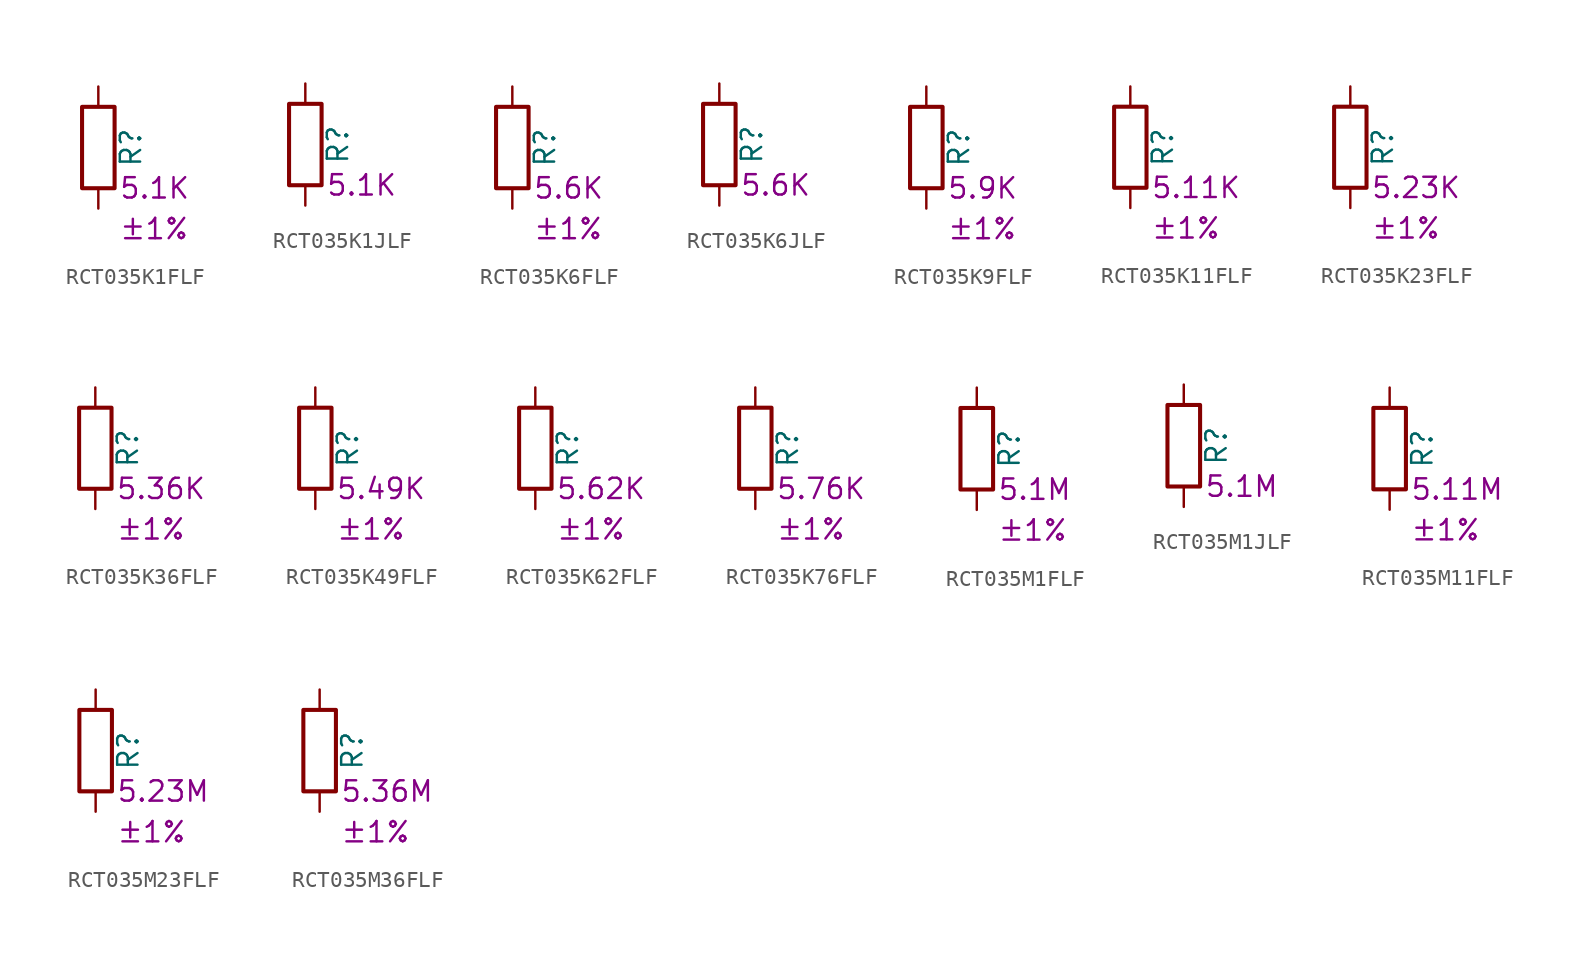
<source format=kicad_sym>
(kicad_symbol_lib
  (version 20220914)
  (generator kicad_symbol_editor)
  (symbol "RCT035K1FLF"
    (pin_numbers hide)
    (pin_names
      (offset 0))
    (property "Reference" "R"
      (at 2.032 0 90)
      (effects (font (size 1.27 1.27))))
    (property "Resistance" "5.1K"
      (at 1.27 -2.54 0)
      (effects (font (size 1.27 1.27)) (justify left)))
    (property "Tolerance" "±1%"
      (at 1.27 -5.08 0)
      (effects (font (size 1.27 1.27)) (justify left)))
    (symbol "RCT035K1FLF_0_1"
      (rectangle (start -1.016 -2.54) (end 1.016 2.54) (stroke (width 0.254) (type default)) (fill (type none))))
    (symbol "RCT035K1FLF_1_1"
      (pin passive line (at 0 3.81 270) (length 1.27) (name "~" (effects (font (size 1.27 1.27)))) (number "1" (effects (font (size 1.27 1.27)))))
      (pin passive line (at 0 -3.81 90) (length 1.27) (name "~" (effects (font (size 1.27 1.27)))) (number "2" (effects (font (size 1.27 1.27)))))))
  (symbol "RCT035K1JLF"
    (pin_numbers hide)
    (pin_names
      (offset 0))
    (property "Reference" "R"
      (at 2.032 0 90)
      (effects (font (size 1.27 1.27))))
    (property "Resistance" "5.1K"
      (at 1.27 -2.54 0)
      (effects (font (size 1.27 1.27)) (justify left)))
    (symbol "RCT035K1JLF_0_1"
      (rectangle (start -1.016 -2.54) (end 1.016 2.54) (stroke (width 0.254) (type default)) (fill (type none))))
    (symbol "RCT035K1JLF_1_1"
      (pin passive line (at 0 3.81 270) (length 1.27) (name "~" (effects (font (size 1.27 1.27)))) (number "1" (effects (font (size 1.27 1.27)))))
      (pin passive line (at 0 -3.81 90) (length 1.27) (name "~" (effects (font (size 1.27 1.27)))) (number "2" (effects (font (size 1.27 1.27)))))))
  (symbol "RCT035K6FLF"
    (pin_numbers hide)
    (pin_names
      (offset 0))
    (property "Reference" "R"
      (at 2.032 0 90)
      (effects (font (size 1.27 1.27))))
    (property "Resistance" "5.6K"
      (at 1.27 -2.54 0)
      (effects (font (size 1.27 1.27)) (justify left)))
    (property "Tolerance" "±1%"
      (at 1.27 -5.08 0)
      (effects (font (size 1.27 1.27)) (justify left)))
    (symbol "RCT035K6FLF_0_1"
      (rectangle (start -1.016 -2.54) (end 1.016 2.54) (stroke (width 0.254) (type default)) (fill (type none))))
    (symbol "RCT035K6FLF_1_1"
      (pin passive line (at 0 3.81 270) (length 1.27) (name "~" (effects (font (size 1.27 1.27)))) (number "1" (effects (font (size 1.27 1.27)))))
      (pin passive line (at 0 -3.81 90) (length 1.27) (name "~" (effects (font (size 1.27 1.27)))) (number "2" (effects (font (size 1.27 1.27)))))))
  (symbol "RCT035K6JLF"
    (pin_numbers hide)
    (pin_names
      (offset 0))
    (property "Reference" "R"
      (at 2.032 0 90)
      (effects (font (size 1.27 1.27))))
    (property "Resistance" "5.6K"
      (at 1.27 -2.54 0)
      (effects (font (size 1.27 1.27)) (justify left)))
    (symbol "RCT035K6JLF_0_1"
      (rectangle (start -1.016 -2.54) (end 1.016 2.54) (stroke (width 0.254) (type default)) (fill (type none))))
    (symbol "RCT035K6JLF_1_1"
      (pin passive line (at 0 3.81 270) (length 1.27) (name "~" (effects (font (size 1.27 1.27)))) (number "1" (effects (font (size 1.27 1.27)))))
      (pin passive line (at 0 -3.81 90) (length 1.27) (name "~" (effects (font (size 1.27 1.27)))) (number "2" (effects (font (size 1.27 1.27)))))))
  (symbol "RCT035K9FLF"
    (pin_numbers hide)
    (pin_names
      (offset 0))
    (property "Reference" "R"
      (at 2.032 0 90)
      (effects (font (size 1.27 1.27))))
    (property "Resistance" "5.9K"
      (at 1.27 -2.54 0)
      (effects (font (size 1.27 1.27)) (justify left)))
    (property "Tolerance" "±1%"
      (at 1.27 -5.08 0)
      (effects (font (size 1.27 1.27)) (justify left)))
    (symbol "RCT035K9FLF_0_1"
      (rectangle (start -1.016 -2.54) (end 1.016 2.54) (stroke (width 0.254) (type default)) (fill (type none))))
    (symbol "RCT035K9FLF_1_1"
      (pin passive line (at 0 3.81 270) (length 1.27) (name "~" (effects (font (size 1.27 1.27)))) (number "1" (effects (font (size 1.27 1.27)))))
      (pin passive line (at 0 -3.81 90) (length 1.27) (name "~" (effects (font (size 1.27 1.27)))) (number "2" (effects (font (size 1.27 1.27)))))))
  (symbol "RCT035K11FLF"
    (pin_numbers hide)
    (pin_names
      (offset 0))
    (property "Reference" "R"
      (at 2.032 0 90)
      (effects (font (size 1.27 1.27))))
    (property "Resistance" "5.11K"
      (at 1.27 -2.54 0)
      (effects (font (size 1.27 1.27)) (justify left)))
    (property "Tolerance" "±1%"
      (at 1.27 -5.08 0)
      (effects (font (size 1.27 1.27)) (justify left)))
    (symbol "RCT035K11FLF_0_1"
      (rectangle (start -1.016 -2.54) (end 1.016 2.54) (stroke (width 0.254) (type default)) (fill (type none))))
    (symbol "RCT035K11FLF_1_1"
      (pin passive line (at 0 3.81 270) (length 1.27) (name "~" (effects (font (size 1.27 1.27)))) (number "1" (effects (font (size 1.27 1.27)))))
      (pin passive line (at 0 -3.81 90) (length 1.27) (name "~" (effects (font (size 1.27 1.27)))) (number "2" (effects (font (size 1.27 1.27)))))))
  (symbol "RCT035K23FLF"
    (pin_numbers hide)
    (pin_names
      (offset 0))
    (property "Reference" "R"
      (at 2.032 0 90)
      (effects (font (size 1.27 1.27))))
    (property "Resistance" "5.23K"
      (at 1.27 -2.54 0)
      (effects (font (size 1.27 1.27)) (justify left)))
    (property "Tolerance" "±1%"
      (at 1.27 -5.08 0)
      (effects (font (size 1.27 1.27)) (justify left)))
    (symbol "RCT035K23FLF_0_1"
      (rectangle (start -1.016 -2.54) (end 1.016 2.54) (stroke (width 0.254) (type default)) (fill (type none))))
    (symbol "RCT035K23FLF_1_1"
      (pin passive line (at 0 3.81 270) (length 1.27) (name "~" (effects (font (size 1.27 1.27)))) (number "1" (effects (font (size 1.27 1.27)))))
      (pin passive line (at 0 -3.81 90) (length 1.27) (name "~" (effects (font (size 1.27 1.27)))) (number "2" (effects (font (size 1.27 1.27)))))))
  (symbol "RCT035K36FLF"
    (pin_numbers hide)
    (pin_names
      (offset 0))
    (property "Reference" "R"
      (at 2.032 0 90)
      (effects (font (size 1.27 1.27))))
    (property "Resistance" "5.36K"
      (at 1.27 -2.54 0)
      (effects (font (size 1.27 1.27)) (justify left)))
    (property "Tolerance" "±1%"
      (at 1.27 -5.08 0)
      (effects (font (size 1.27 1.27)) (justify left)))
    (symbol "RCT035K36FLF_0_1"
      (rectangle (start -1.016 -2.54) (end 1.016 2.54) (stroke (width 0.254) (type default)) (fill (type none))))
    (symbol "RCT035K36FLF_1_1"
      (pin passive line (at 0 3.81 270) (length 1.27) (name "~" (effects (font (size 1.27 1.27)))) (number "1" (effects (font (size 1.27 1.27)))))
      (pin passive line (at 0 -3.81 90) (length 1.27) (name "~" (effects (font (size 1.27 1.27)))) (number "2" (effects (font (size 1.27 1.27)))))))
  (symbol "RCT035K49FLF"
    (pin_numbers hide)
    (pin_names
      (offset 0))
    (property "Reference" "R"
      (at 2.032 0 90)
      (effects (font (size 1.27 1.27))))
    (property "Resistance" "5.49K"
      (at 1.27 -2.54 0)
      (effects (font (size 1.27 1.27)) (justify left)))
    (property "Tolerance" "±1%"
      (at 1.27 -5.08 0)
      (effects (font (size 1.27 1.27)) (justify left)))
    (symbol "RCT035K49FLF_0_1"
      (rectangle (start -1.016 -2.54) (end 1.016 2.54) (stroke (width 0.254) (type default)) (fill (type none))))
    (symbol "RCT035K49FLF_1_1"
      (pin passive line (at 0 3.81 270) (length 1.27) (name "~" (effects (font (size 1.27 1.27)))) (number "1" (effects (font (size 1.27 1.27)))))
      (pin passive line (at 0 -3.81 90) (length 1.27) (name "~" (effects (font (size 1.27 1.27)))) (number "2" (effects (font (size 1.27 1.27)))))))
  (symbol "RCT035K62FLF"
    (pin_numbers hide)
    (pin_names
      (offset 0))
    (property "Reference" "R"
      (at 2.032 0 90)
      (effects (font (size 1.27 1.27))))
    (property "Resistance" "5.62K"
      (at 1.27 -2.54 0)
      (effects (font (size 1.27 1.27)) (justify left)))
    (property "Tolerance" "±1%"
      (at 1.27 -5.08 0)
      (effects (font (size 1.27 1.27)) (justify left)))
    (symbol "RCT035K62FLF_0_1"
      (rectangle (start -1.016 -2.54) (end 1.016 2.54) (stroke (width 0.254) (type default)) (fill (type none))))
    (symbol "RCT035K62FLF_1_1"
      (pin passive line (at 0 3.81 270) (length 1.27) (name "~" (effects (font (size 1.27 1.27)))) (number "1" (effects (font (size 1.27 1.27)))))
      (pin passive line (at 0 -3.81 90) (length 1.27) (name "~" (effects (font (size 1.27 1.27)))) (number "2" (effects (font (size 1.27 1.27)))))))
  (symbol "RCT035K76FLF"
    (pin_numbers hide)
    (pin_names
      (offset 0))
    (property "Reference" "R"
      (at 2.032 0 90)
      (effects (font (size 1.27 1.27))))
    (property "Resistance" "5.76K"
      (at 1.27 -2.54 0)
      (effects (font (size 1.27 1.27)) (justify left)))
    (property "Tolerance" "±1%"
      (at 1.27 -5.08 0)
      (effects (font (size 1.27 1.27)) (justify left)))
    (symbol "RCT035K76FLF_0_1"
      (rectangle (start -1.016 -2.54) (end 1.016 2.54) (stroke (width 0.254) (type default)) (fill (type none))))
    (symbol "RCT035K76FLF_1_1"
      (pin passive line (at 0 3.81 270) (length 1.27) (name "~" (effects (font (size 1.27 1.27)))) (number "1" (effects (font (size 1.27 1.27)))))
      (pin passive line (at 0 -3.81 90) (length 1.27) (name "~" (effects (font (size 1.27 1.27)))) (number "2" (effects (font (size 1.27 1.27)))))))
  (symbol "RCT035M1FLF"
    (pin_numbers hide)
    (pin_names
      (offset 0))
    (property "Reference" "R"
      (at 2.032 0 90)
      (effects (font (size 1.27 1.27))))
    (property "Resistance" "5.1M"
      (at 1.27 -2.54 0)
      (effects (font (size 1.27 1.27)) (justify left)))
    (property "Tolerance" "±1%"
      (at 1.27 -5.08 0)
      (effects (font (size 1.27 1.27)) (justify left)))
    (symbol "RCT035M1FLF_0_1"
      (rectangle (start -1.016 -2.54) (end 1.016 2.54) (stroke (width 0.254) (type default)) (fill (type none))))
    (symbol "RCT035M1FLF_1_1"
      (pin passive line (at 0 3.81 270) (length 1.27) (name "~" (effects (font (size 1.27 1.27)))) (number "1" (effects (font (size 1.27 1.27)))))
      (pin passive line (at 0 -3.81 90) (length 1.27) (name "~" (effects (font (size 1.27 1.27)))) (number "2" (effects (font (size 1.27 1.27)))))))
  (symbol "RCT035M1JLF"
    (pin_numbers hide)
    (pin_names
      (offset 0))
    (property "Reference" "R"
      (at 2.032 0 90)
      (effects (font (size 1.27 1.27))))
    (property "Resistance" "5.1M"
      (at 1.27 -2.54 0)
      (effects (font (size 1.27 1.27)) (justify left)))
    (symbol "RCT035M1JLF_0_1"
      (rectangle (start -1.016 -2.54) (end 1.016 2.54) (stroke (width 0.254) (type default)) (fill (type none))))
    (symbol "RCT035M1JLF_1_1"
      (pin passive line (at 0 3.81 270) (length 1.27) (name "~" (effects (font (size 1.27 1.27)))) (number "1" (effects (font (size 1.27 1.27)))))
      (pin passive line (at 0 -3.81 90) (length 1.27) (name "~" (effects (font (size 1.27 1.27)))) (number "2" (effects (font (size 1.27 1.27)))))))
  (symbol "RCT035M11FLF"
    (pin_numbers hide)
    (pin_names
      (offset 0))
    (property "Reference" "R"
      (at 2.032 0 90)
      (effects (font (size 1.27 1.27))))
    (property "Resistance" "5.11M"
      (at 1.27 -2.54 0)
      (effects (font (size 1.27 1.27)) (justify left)))
    (property "Tolerance" "±1%"
      (at 1.27 -5.08 0)
      (effects (font (size 1.27 1.27)) (justify left)))
    (symbol "RCT035M11FLF_0_1"
      (rectangle (start -1.016 -2.54) (end 1.016 2.54) (stroke (width 0.254) (type default)) (fill (type none))))
    (symbol "RCT035M11FLF_1_1"
      (pin passive line (at 0 3.81 270) (length 1.27) (name "~" (effects (font (size 1.27 1.27)))) (number "1" (effects (font (size 1.27 1.27)))))
      (pin passive line (at 0 -3.81 90) (length 1.27) (name "~" (effects (font (size 1.27 1.27)))) (number "2" (effects (font (size 1.27 1.27)))))))
  (symbol "RCT035M23FLF"
    (pin_numbers hide)
    (pin_names
      (offset 0))
    (property "Reference" "R"
      (at 2.032 0 90)
      (effects (font (size 1.27 1.27))))
    (property "Resistance" "5.23M"
      (at 1.27 -2.54 0)
      (effects (font (size 1.27 1.27)) (justify left)))
    (property "Tolerance" "±1%"
      (at 1.27 -5.08 0)
      (effects (font (size 1.27 1.27)) (justify left)))
    (symbol "RCT035M23FLF_0_1"
      (rectangle (start -1.016 -2.54) (end 1.016 2.54) (stroke (width 0.254) (type default)) (fill (type none))))
    (symbol "RCT035M23FLF_1_1"
      (pin passive line (at 0 3.81 270) (length 1.27) (name "~" (effects (font (size 1.27 1.27)))) (number "1" (effects (font (size 1.27 1.27)))))
      (pin passive line (at 0 -3.81 90) (length 1.27) (name "~" (effects (font (size 1.27 1.27)))) (number "2" (effects (font (size 1.27 1.27)))))))
  (symbol "RCT035M36FLF"
    (pin_numbers hide)
    (pin_names
      (offset 0))
    (property "Reference" "R"
      (at 2.032 0 90)
      (effects (font (size 1.27 1.27))))
    (property "Resistance" "5.36M"
      (at 1.27 -2.54 0)
      (effects (font (size 1.27 1.27)) (justify left)))
    (property "Tolerance" "±1%"
      (at 1.27 -5.08 0)
      (effects (font (size 1.27 1.27)) (justify left)))
    (symbol "RCT035M36FLF_0_1"
      (rectangle (start -1.016 -2.54) (end 1.016 2.54) (stroke (width 0.254) (type default)) (fill (type none))))
    (symbol "RCT035M36FLF_1_1"
      (pin passive line (at 0 3.81 270) (length 1.27) (name "~" (effects (font (size 1.27 1.27)))) (number "1" (effects (font (size 1.27 1.27)))))
      (pin passive line (at 0 -3.81 90) (length 1.27) (name "~" (effects (font (size 1.27 1.27)))) (number "2" (effects (font (size 1.27 1.27))))))))
</source>
